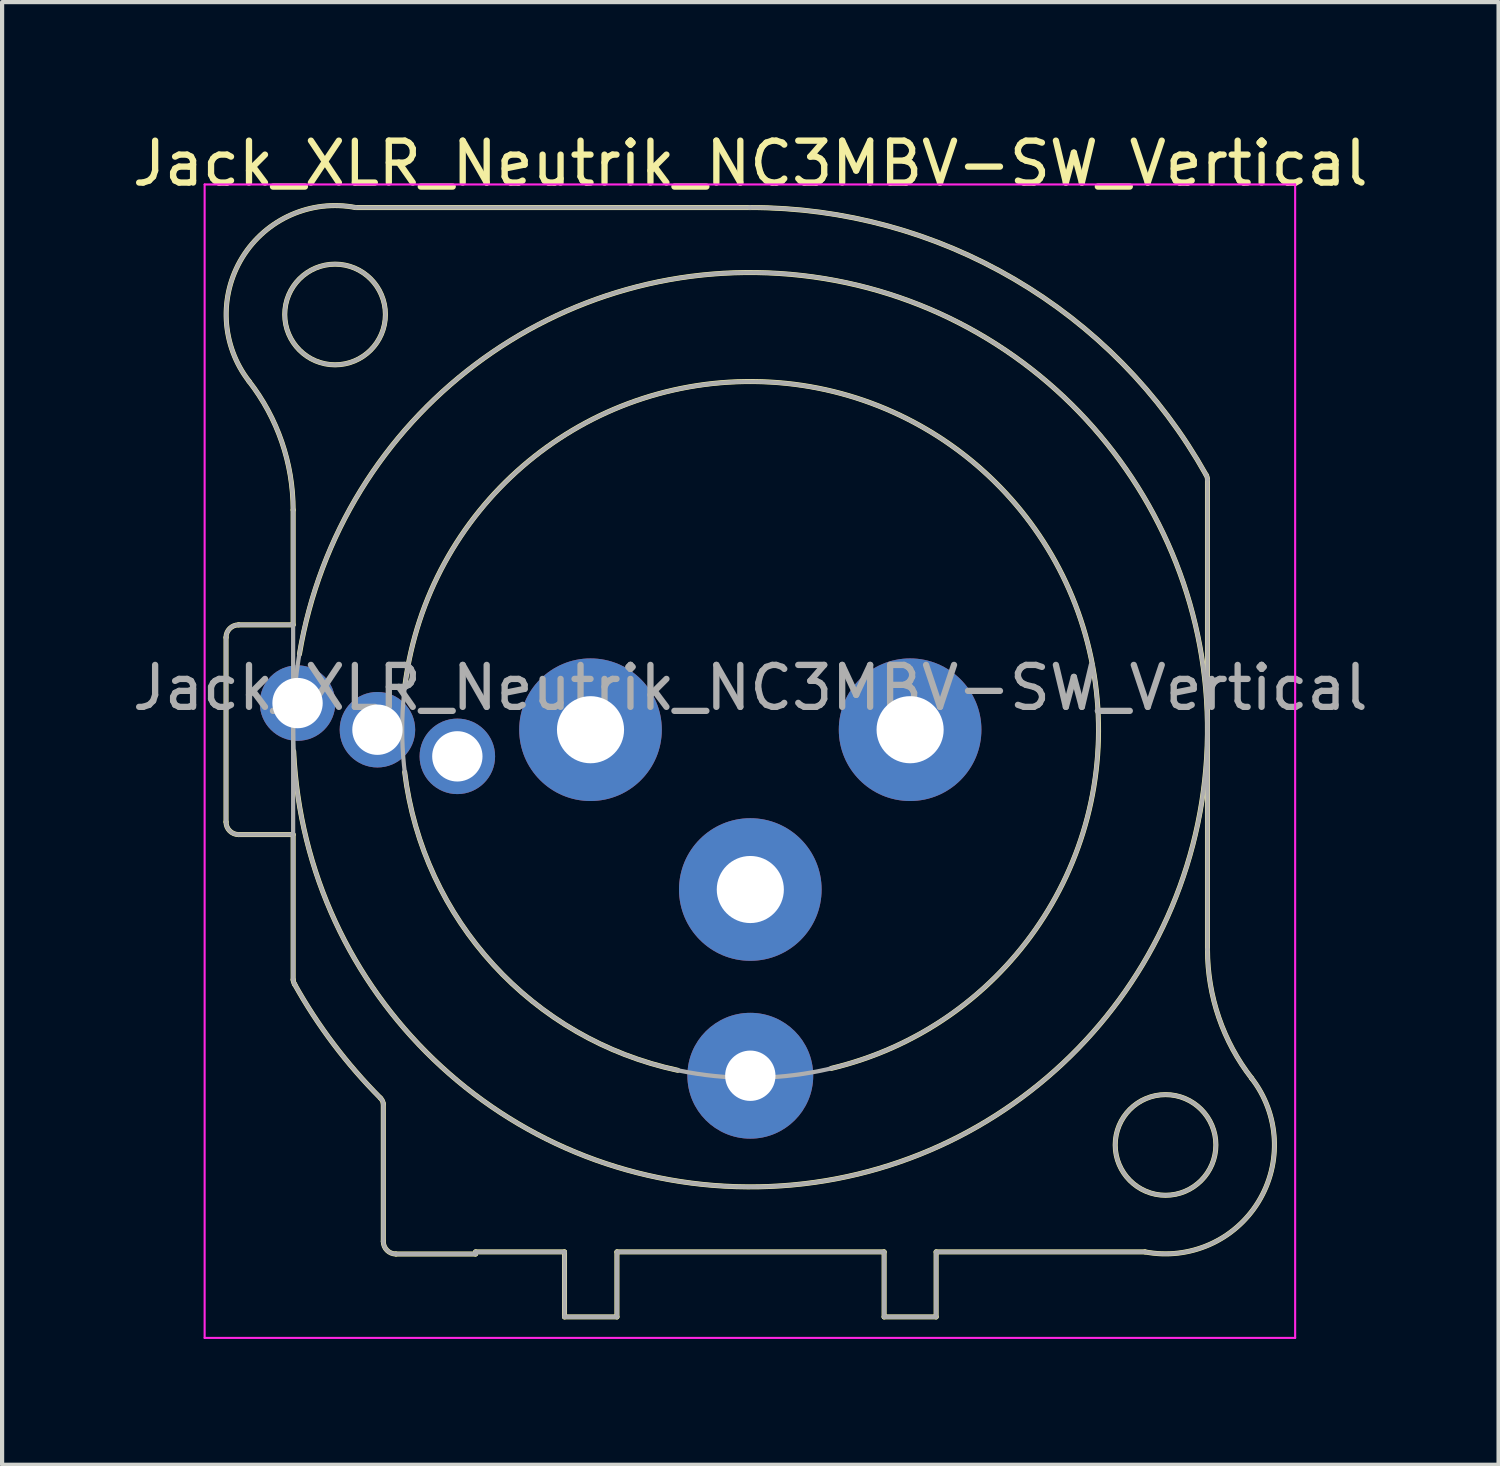
<source format=kicad_pcb>
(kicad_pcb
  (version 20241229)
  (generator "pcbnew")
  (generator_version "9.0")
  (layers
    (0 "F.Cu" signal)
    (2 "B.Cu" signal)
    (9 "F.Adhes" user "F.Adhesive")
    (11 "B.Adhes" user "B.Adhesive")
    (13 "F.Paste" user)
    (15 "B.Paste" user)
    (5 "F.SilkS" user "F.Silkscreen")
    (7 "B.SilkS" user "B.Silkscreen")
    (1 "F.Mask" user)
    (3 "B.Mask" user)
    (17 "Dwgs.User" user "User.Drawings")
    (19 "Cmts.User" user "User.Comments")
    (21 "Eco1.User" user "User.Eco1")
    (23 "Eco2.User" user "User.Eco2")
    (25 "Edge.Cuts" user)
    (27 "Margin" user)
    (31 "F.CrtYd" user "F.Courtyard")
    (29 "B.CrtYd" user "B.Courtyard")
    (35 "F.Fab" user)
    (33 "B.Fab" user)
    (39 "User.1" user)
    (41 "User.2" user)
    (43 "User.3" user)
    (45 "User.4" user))
  (footprint "Jack_XLR_Neutrik_NC3MBV-SW_Vertical"
    (layer "F.Cu")
    (at 11.029 14.348)
    (property "Reference" "Jack_XLR_Neutrik_NC3MBV-SW_Vertical" (at 3.81 -13.5 0) (layer "F.SilkS") (effects (font (size 1 1) (thickness 0.15))))
    (attr through_hole)
    (fp_line (start -8.69 2.2) (end -8.69 -2.2) (stroke (width 0.12) (type solid)) (layer "F.SilkS"))
    (fp_line (start -7.09 -5.24) (end -7.09 -2.5) (stroke (width 0.12) (type solid)) (layer "F.SilkS"))
    (fp_line (start -7.09 -2.5) (end -8.39 -2.5) (stroke (width 0.12) (type solid)) (layer "F.SilkS"))
    (fp_line (start -7.09 2.5) (end -8.39 2.5) (stroke (width 0.12) (type solid)) (layer "F.SilkS"))
    (fp_line (start -7.09 2.5) (end -7.09 5.96) (stroke (width 0.12) (type solid)) (layer "F.SilkS"))
    (fp_line (start -4.94 12.2) (end -4.94 8.92) (stroke (width 0.12) (type solid)) (layer "F.SilkS"))
    (fp_line (start -4.64 12.5) (end -2.74 12.5) (stroke (width 0.12) (type solid)) (layer "F.SilkS"))
    (fp_line (start -2.74 12.45) (end -0.62 12.45) (stroke (width 0.12) (type solid)) (layer "F.SilkS"))
    (fp_line (start -2.74 12.5) (end -2.74 12.45) (stroke (width 0.12) (type solid)) (layer "F.SilkS"))
    (fp_line (start -0.62 12.45) (end -0.62 14) (stroke (width 0.12) (type solid)) (layer "F.SilkS"))
    (fp_line (start 0.63 12.45) (end 0.63 14) (stroke (width 0.12) (type solid)) (layer "F.SilkS"))
    (fp_line (start 0.63 12.45) (end 7 12.45) (stroke (width 0.12) (type solid)) (layer "F.SilkS"))
    (fp_line (start 0.63 14) (end -0.62 14) (stroke (width 0.12) (type solid)) (layer "F.SilkS"))
    (fp_line (start 3.81 -12.45) (end -5.6 -12.45) (stroke (width 0.12) (type solid)) (layer "F.SilkS"))
    (fp_line (start 7 12.45) (end 7 14) (stroke (width 0.12) (type solid)) (layer "F.SilkS"))
    (fp_line (start 8.24 12.45) (end 8.24 14) (stroke (width 0.12) (type solid)) (layer "F.SilkS"))
    (fp_line (start 8.24 12.45) (end 13.22 12.45) (stroke (width 0.12) (type solid)) (layer "F.SilkS"))
    (fp_line (start 8.24 14) (end 7 14) (stroke (width 0.12) (type solid)) (layer "F.SilkS"))
    (fp_line (start 14.71 5.24) (end 14.71 -5.96) (stroke (width 0.12) (type solid)) (layer "F.SilkS"))
    (fp_arc (start -8.69 -2.2) (mid -8.602132 -2.412132) (end -8.39 -2.5) (stroke (width 0.12) (type solid)) (layer "F.SilkS"))
    (fp_arc (start -8.39 2.5) (mid -8.602132 2.412132) (end -8.69 2.2) (stroke (width 0.12) (type solid)) (layer "F.SilkS"))
    (fp_arc (start -8.14458 -8.311426) (mid -7.360989 -6.863715) (end -7.09 -5.24) (stroke (width 0.12) (type solid)) (layer "F.SilkS"))
    (fp_arc (start -8.141124 -8.307677) (mid -8.303366 -11.257798) (end -5.6 -12.45) (stroke (width 0.12) (type solid)) (layer "F.SilkS"))
    (fp_arc (start -7.048716 6.079059) (mid -7.076957 6.022165) (end -7.09 5.96) (stroke (width 0.12) (type solid)) (layer "F.SilkS"))
    (fp_arc (start -6.94 -1.8) (mid 14.690408 0.647469) (end -7.077605 0.512393) (stroke (width 0.12) (type solid)) (layer "F.SilkS"))
    (fp_arc (start -5.014621 8.775339) (mid -6.130462 7.487838) (end -7.06 6.06) (stroke (width 0.12) (type solid)) (layer "F.SilkS"))
    (fp_arc (start -5.008287 8.781679) (mid -4.96257 8.845126) (end -4.94 8.92) (stroke (width 0.12) (type solid)) (layer "F.SilkS"))
    (fp_arc (start -4.64 12.5) (mid -4.852132 12.412132) (end -4.94 12.2) (stroke (width 0.12) (type solid)) (layer "F.SilkS"))
    (fp_arc (start -4.42 -1.09) (mid 9.369821 -6.165176) (end 5.741766 8.073988) (stroke (width 0.12) (type solid)) (layer "F.SilkS"))
    (fp_arc (start 2.08 8.12) (mid -2.313728 5.606002) (end -4.430844 1.007866) (stroke (width 0.12) (type solid)) (layer "F.SilkS"))
    (fp_arc (start 3.792668 -12.44996) (mid 10.104527 -10.741542) (end 14.68 -6.07) (stroke (width 0.12) (type solid)) (layer "F.SilkS"))
    (fp_arc (start 14.680526 -6.07) (mid 14.702504 -6.01694) (end 14.71 -5.96) (stroke (width 0.12) (type solid)) (layer "F.SilkS"))
    (fp_arc (start 15.761124 8.307677) (mid 15.923366 11.257798) (end 13.22 12.45) (stroke (width 0.12) (type solid)) (layer "F.SilkS"))
    (fp_arc (start 15.76458 8.311426) (mid 14.980989 6.863715) (end 14.71 5.24) (stroke (width 0.12) (type solid)) (layer "F.SilkS"))
    (fp_circle (center -6.09 -9.9) (end -4.89 -9.9) (stroke (width 0.12) (type solid)) (fill no) (layer "F.SilkS"))
    (fp_circle (center 13.71 9.9) (end 14.91 9.9) (stroke (width 0.12) (type solid)) (fill no) (layer "F.SilkS"))
    (fp_line (start -9.2 -13) (end 16.8 -13) (stroke (width 0.05) (type solid)) (layer "F.CrtYd"))
    (fp_line (start -9.2 14.5) (end -9.2 -13) (stroke (width 0.05) (type solid)) (layer "F.CrtYd"))
    (fp_line (start 16.8 -13) (end 16.8 14.5) (stroke (width 0.05) (type solid)) (layer "F.CrtYd"))
    (fp_line (start 16.8 14.5) (end -9.2 14.5) (stroke (width 0.05) (type solid)) (layer "F.CrtYd"))
    (fp_line (start -8.69 2.2) (end -8.69 -2.2) (stroke (width 0.1) (type solid)) (layer "F.Fab"))
    (fp_line (start -7.09 -5.24) (end -7.09 5.96) (stroke (width 0.1) (type solid)) (layer "F.Fab"))
    (fp_line (start -7.09 -2.5) (end -8.39 -2.5) (stroke (width 0.1) (type solid)) (layer "F.Fab"))
    (fp_line (start -7.09 2.5) (end -8.39 2.5) (stroke (width 0.1) (type solid)) (layer "F.Fab"))
    (fp_line (start -4.94 12.2) (end -4.94 8.92) (stroke (width 0.1) (type solid)) (layer "F.Fab"))
    (fp_line (start -4.64 12.5) (end -2.74 12.5) (stroke (width 0.1) (type solid)) (layer "F.Fab"))
    (fp_line (start -2.74 12.45) (end -0.62 12.45) (stroke (width 0.1) (type solid)) (layer "F.Fab"))
    (fp_line (start -2.74 12.5) (end -2.74 12.45) (stroke (width 0.1) (type solid)) (layer "F.Fab"))
    (fp_line (start -0.62 12.45) (end -0.62 14) (stroke (width 0.1) (type solid)) (layer "F.Fab"))
    (fp_line (start 0.63 12.45) (end 0.63 14) (stroke (width 0.1) (type solid)) (layer "F.Fab"))
    (fp_line (start 0.63 12.45) (end 7 12.45) (stroke (width 0.1) (type solid)) (layer "F.Fab"))
    (fp_line (start 0.63 14) (end -0.62 14) (stroke (width 0.1) (type solid)) (layer "F.Fab"))
    (fp_line (start 3.81 -12.45) (end -5.6 -12.45) (stroke (width 0.1) (type solid)) (layer "F.Fab"))
    (fp_line (start 7 12.45) (end 7 14) (stroke (width 0.1) (type solid)) (layer "F.Fab"))
    (fp_line (start 8.24 12.45) (end 8.24 14) (stroke (width 0.1) (type solid)) (layer "F.Fab"))
    (fp_line (start 8.24 12.45) (end 13.22 12.45) (stroke (width 0.1) (type solid)) (layer "F.Fab"))
    (fp_line (start 8.24 14) (end 7 14) (stroke (width 0.1) (type solid)) (layer "F.Fab"))
    (fp_line (start 14.71 5.24) (end 14.71 -5.96) (stroke (width 0.1) (type solid)) (layer "F.Fab"))
    (fp_arc (start -8.69 -2.2) (mid -8.602132 -2.412132) (end -8.39 -2.5) (stroke (width 0.1) (type solid)) (layer "F.Fab"))
    (fp_arc (start -8.39 2.5) (mid -8.602132 2.412132) (end -8.69 2.2) (stroke (width 0.1) (type solid)) (layer "F.Fab"))
    (fp_arc (start -8.14458 -8.311426) (mid -7.360989 -6.863715) (end -7.09 -5.24) (stroke (width 0.1) (type solid)) (layer "F.Fab"))
    (fp_arc (start -8.141124 -8.307677) (mid -8.303366 -11.257798) (end -5.6 -12.45) (stroke (width 0.1) (type solid)) (layer "F.Fab"))
    (fp_arc (start -7.048716 6.079059) (mid -7.076957 6.022165) (end -7.09 5.96) (stroke (width 0.1) (type solid)) (layer "F.Fab"))
    (fp_arc (start -5.014621 8.775339) (mid -6.130462 7.487838) (end -7.06 6.06) (stroke (width 0.1) (type solid)) (layer "F.Fab"))
    (fp_arc (start -5.008287 8.781679) (mid -4.96257 8.845126) (end -4.94 8.92) (stroke (width 0.1) (type solid)) (layer "F.Fab"))
    (fp_arc (start -4.64 12.5) (mid -4.852132 12.412132) (end -4.94 12.2) (stroke (width 0.1) (type solid)) (layer "F.Fab"))
    (fp_arc (start 3.792668 -12.44996) (mid 10.104527 -10.741542) (end 14.68 -6.07) (stroke (width 0.1) (type solid)) (layer "F.Fab"))
    (fp_arc (start 14.680526 -6.07) (mid 14.702504 -6.01694) (end 14.71 -5.96) (stroke (width 0.1) (type solid)) (layer "F.Fab"))
    (fp_arc (start 15.761124 8.307677) (mid 15.923366 11.257798) (end 13.22 12.45) (stroke (width 0.1) (type solid)) (layer "F.Fab"))
    (fp_arc (start 15.76458 8.311426) (mid 14.980989 6.863715) (end 14.71 5.24) (stroke (width 0.1) (type solid)) (layer "F.Fab"))
    (fp_circle (center -6.09 -9.9) (end -4.89 -9.9) (stroke (width 0.1) (type solid)) (fill no) (layer "F.Fab"))
    (fp_circle (center 3.81 0) (end 12.11 0) (stroke (width 0.1) (type solid)) (fill no) (layer "F.Fab"))
    (fp_circle (center 3.81 0) (end 14.71 0) (stroke (width 0.1) (type solid)) (fill no) (layer "F.Fab"))
    (fp_circle (center 13.71 9.9) (end 14.91 9.9) (stroke (width 0.1) (type solid)) (fill no) (layer "F.Fab"))
    (fp_text user "${REFERENCE}" (at 3.81 -1 0) (layer "F.Fab") (effects (font (size 1 1) (thickness 0.15))))
    (pad "1" thru_hole circle (at 0 0) (size 3.4 3.4) (drill 1.6) (layers "*.Cu" "*.Mask"))
    (pad "2" thru_hole circle (at 7.62 0) (size 3.4 3.4) (drill 1.6) (layers "*.Cu" "*.Mask"))
    (pad "3" thru_hole circle (at 3.81 3.81) (size 3.4 3.4) (drill 1.6) (layers "*.Cu" "*.Mask"))
    (pad "G" thru_hole circle (at 3.81 8.25) (size 3 3) (drill 1.2) (layers "*.Cu" "*.Mask"))
    (pad "N" thru_hole circle (at -5.08 0) (size 1.8 1.8) (drill 1.2) (layers "*.Cu" "*.Mask"))
    (pad "NC" thru_hole circle (at -3.175 0.635) (size 1.8 1.8) (drill 1.2) (layers "*.Cu" "*.Mask"))
    (pad "NO" thru_hole circle (at -6.985 -0.635) (size 1.8 1.8) (drill 1.2) (layers "*.Cu" "*.Mask")))
  (gr_rect
    (start -3 -3)
    (end 32.679 31.873)
    (stroke (width 0.1) (type default))
    (fill no)
    (layer "Edge.Cuts")))
</source>
